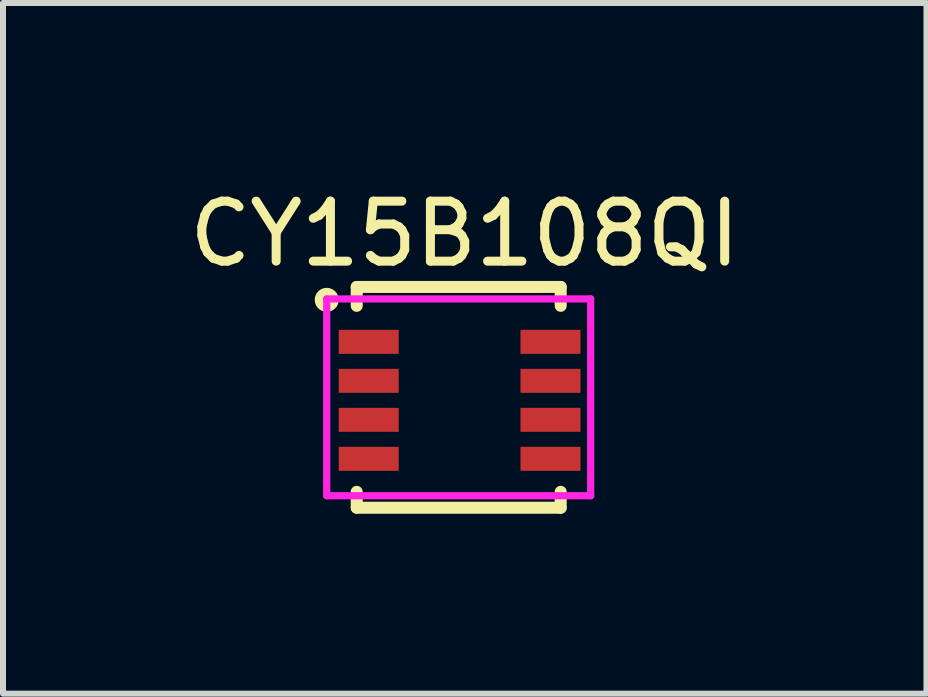
<source format=kicad_pcb>
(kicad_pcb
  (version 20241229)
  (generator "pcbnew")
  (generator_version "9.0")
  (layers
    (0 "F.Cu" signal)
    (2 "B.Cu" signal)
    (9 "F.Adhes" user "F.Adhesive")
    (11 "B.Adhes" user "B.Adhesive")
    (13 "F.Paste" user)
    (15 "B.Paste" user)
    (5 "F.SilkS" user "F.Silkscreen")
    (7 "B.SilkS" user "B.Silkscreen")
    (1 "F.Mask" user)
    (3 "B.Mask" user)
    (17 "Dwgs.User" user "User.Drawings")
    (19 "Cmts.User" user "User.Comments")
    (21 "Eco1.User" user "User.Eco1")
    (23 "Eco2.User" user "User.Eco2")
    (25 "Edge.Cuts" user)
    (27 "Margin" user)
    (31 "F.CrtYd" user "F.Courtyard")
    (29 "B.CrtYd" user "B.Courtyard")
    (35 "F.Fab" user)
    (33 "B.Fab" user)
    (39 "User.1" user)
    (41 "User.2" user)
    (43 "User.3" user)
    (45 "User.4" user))
  (footprint "CY15B108QI"
    (layer "F.Cu")
    (at 3.096 2.648)
    (property "Reference" "CY15B108QI" (at 1.6 -1.8 0) (layer "F.SilkS") (effects (font (size 1 1) (thickness 0.15))))
    (attr through_hole)
    (fp_line (start -0.2 -0.915) (end 3.2 -0.915) (stroke (width 0.2) (type solid)) (layer "F.SilkS"))
    (fp_line (start -0.2 -0.6) (end -0.2 -0.915) (stroke (width 0.2) (type solid)) (layer "F.SilkS"))
    (fp_line (start -0.2 2.5) (end -0.2 2.765) (stroke (width 0.2) (type solid)) (layer "F.SilkS"))
    (fp_line (start -0.2 2.765) (end 3.2 2.765) (stroke (width 0.2) (type solid)) (layer "F.SilkS"))
    (fp_line (start 3.2 -0.915) (end 3.2 -0.6) (stroke (width 0.2) (type solid)) (layer "F.SilkS"))
    (fp_line (start 3.2 2.765) (end 3.2 2.5) (stroke (width 0.2) (type solid)) (layer "F.SilkS"))
    (fp_circle (center -0.7 -0.7) (end -0.7 -0.8) (stroke (width 0.2) (type solid)) (fill no) (layer "F.SilkS"))
    (fp_line (start -0.7 -0.715) (end 3.7 -0.715) (stroke (width 0.12) (type solid)) (layer "F.CrtYd"))
    (fp_line (start -0.7 2.565) (end -0.7 -0.715) (stroke (width 0.12) (type solid)) (layer "F.CrtYd"))
    (fp_line (start 3.7 -0.715) (end 3.7 2.565) (stroke (width 0.12) (type solid)) (layer "F.CrtYd"))
    (fp_line (start 3.7 2.565) (end -0.7 2.565) (stroke (width 0.12) (type solid)) (layer "F.CrtYd"))
    (pad "1" smd rect (at 0 0) (size 1 0.4) (layers "F.Cu" "F.Mask" "F.Paste"))
    (pad "2" smd rect (at 0 0.65) (size 1 0.4) (layers "F.Cu" "F.Mask" "F.Paste"))
    (pad "3" smd rect (at 0 1.3) (size 1 0.4) (layers "F.Cu" "F.Mask" "F.Paste"))
    (pad "4" smd rect (at 0 1.95) (size 1 0.4) (layers "F.Cu" "F.Mask" "F.Paste"))
    (pad "5" smd rect (at 3.03 1.95) (size 1 0.4) (layers "F.Cu" "F.Mask" "F.Paste"))
    (pad "6" smd rect (at 3.03 1.3) (size 1 0.4) (layers "F.Cu" "F.Mask" "F.Paste"))
    (pad "7" smd rect (at 3.03 0.65) (size 1 0.4) (layers "F.Cu" "F.Mask" "F.Paste"))
    (pad "8" smd rect (at 3.03 0) (size 1 0.4) (layers "F.Cu" "F.Mask" "F.Paste")))
  (gr_rect
    (start -3 -3)
    (end 12.393 8.513)
    (stroke (width 0.1) (type default))
    (fill no)
    (layer "Edge.Cuts")))
</source>
